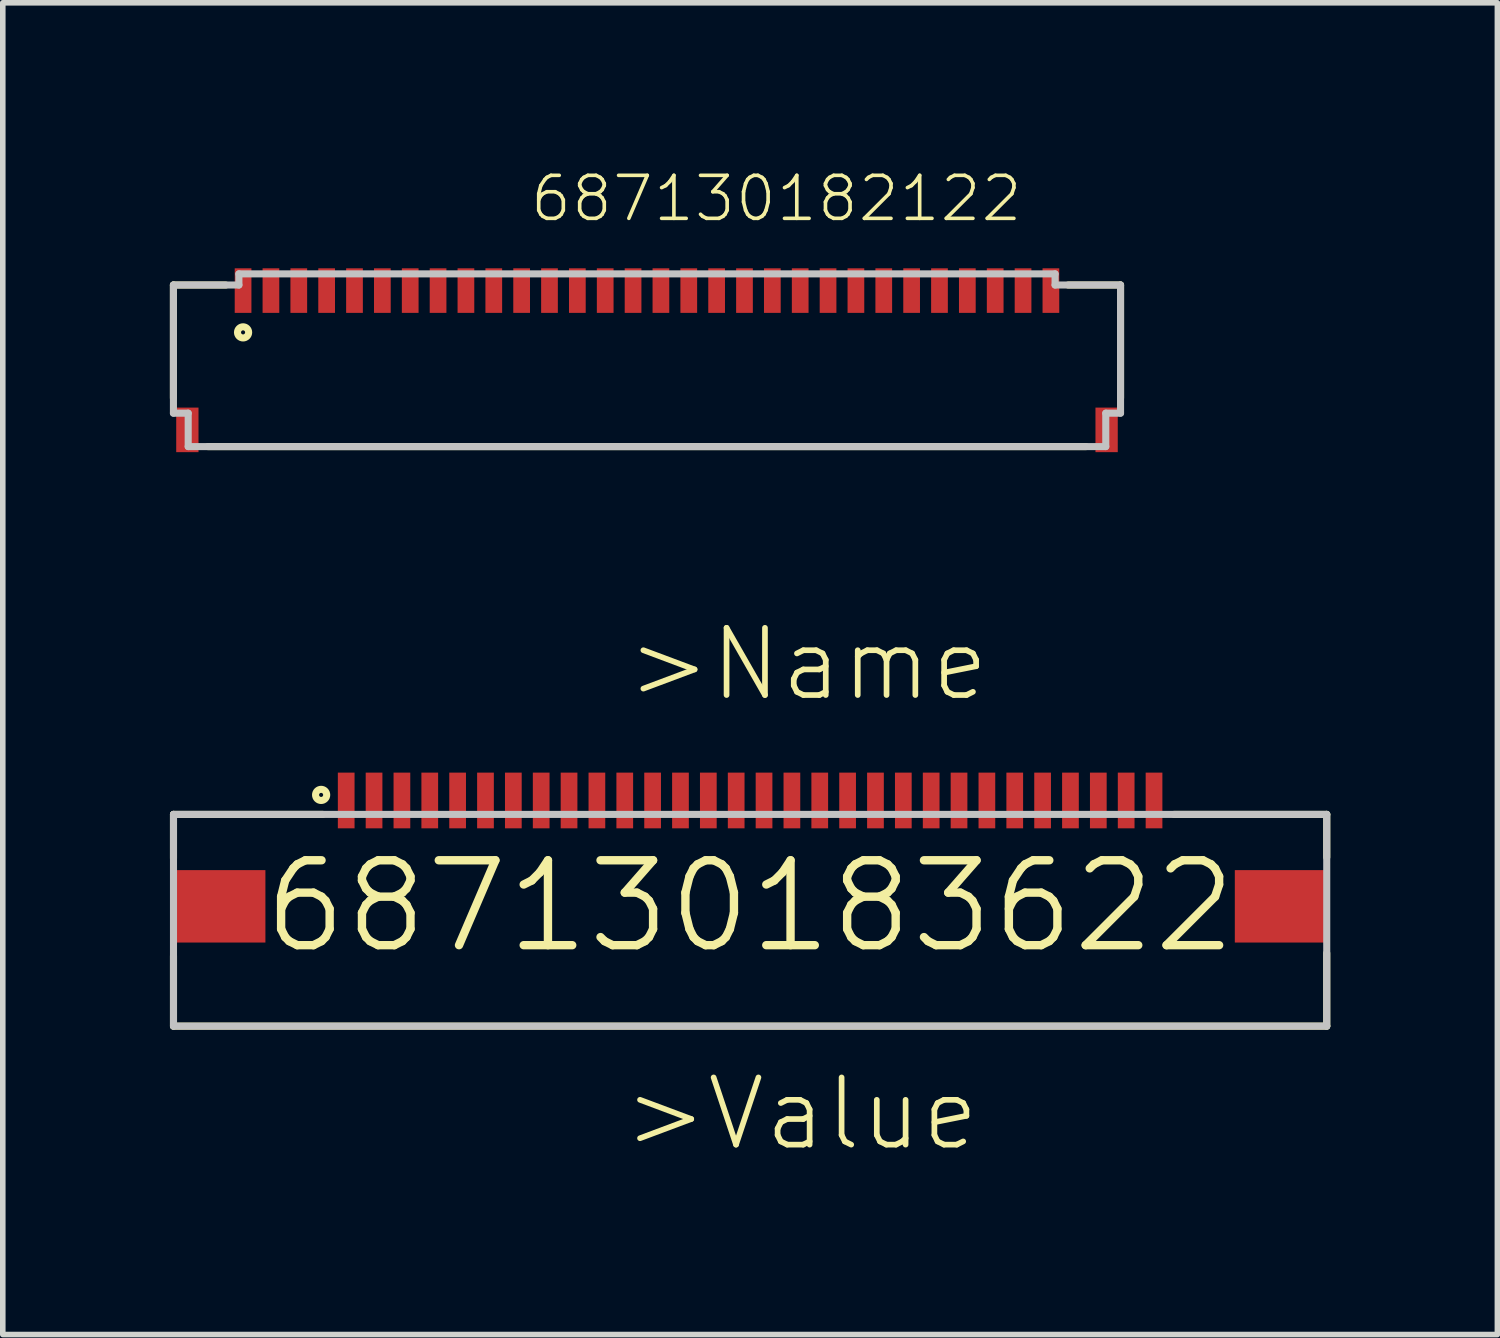
<source format=kicad_pcb>
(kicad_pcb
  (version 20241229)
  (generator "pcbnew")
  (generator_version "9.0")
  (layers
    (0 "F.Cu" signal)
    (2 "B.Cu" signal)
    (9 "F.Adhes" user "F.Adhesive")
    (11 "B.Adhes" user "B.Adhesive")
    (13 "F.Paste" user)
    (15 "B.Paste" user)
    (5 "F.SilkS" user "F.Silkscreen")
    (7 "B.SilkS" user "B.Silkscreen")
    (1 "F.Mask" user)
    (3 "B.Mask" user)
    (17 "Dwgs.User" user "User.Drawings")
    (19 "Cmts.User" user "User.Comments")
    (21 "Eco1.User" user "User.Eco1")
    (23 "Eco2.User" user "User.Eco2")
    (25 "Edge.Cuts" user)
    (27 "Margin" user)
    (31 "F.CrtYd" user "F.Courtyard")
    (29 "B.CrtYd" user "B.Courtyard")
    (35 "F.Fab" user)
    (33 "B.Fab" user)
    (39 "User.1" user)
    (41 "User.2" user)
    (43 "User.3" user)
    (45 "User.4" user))
  (footprint "687130183622"
    (layer "F.Cu")
    (at 10.414 13.218)
    (property "Reference" "687130183622" (at 0 0 0) (layer "F.SilkS") (effects (font (size 1.524 1.524) (thickness 0.15))))
    (attr through_hole)
    (fp_line (start -10.35 -1.65) (end -10.35 -0.86) (stroke (width 0.127) (type solid)) (layer "F.SilkS"))
    (fp_line (start -10.35 0.89) (end -10.35 2.15) (stroke (width 0.127) (type solid)) (layer "F.SilkS"))
    (fp_line (start -10.35 2.15) (end 10.35 2.15) (stroke (width 0.127) (type solid)) (layer "F.SilkS"))
    (fp_line (start -7.67 -1.65) (end -10.35 -1.65) (stroke (width 0.127) (type solid)) (layer "F.SilkS"))
    (fp_line (start 7.61 -1.65) (end 10.35 -1.65) (stroke (width 0.127) (type solid)) (layer "F.SilkS"))
    (fp_line (start 10.35 -1.65) (end 10.35 -0.88) (stroke (width 0.127) (type solid)) (layer "F.SilkS"))
    (fp_line (start 10.35 2.15) (end 10.35 0.84) (stroke (width 0.127) (type solid)) (layer "F.SilkS"))
    (fp_circle (center -7.7 -2) (end -7.6 -2) (stroke (width 0.127) (type solid)) (fill no) (layer "F.SilkS"))
    (fp_line (start -10.35 -1.65) (end 10.35 -1.65) (stroke (width 0.127) (type solid)) (layer "Dwgs.User"))
    (fp_line (start -10.35 2.15) (end -10.35 -1.65) (stroke (width 0.127) (type solid)) (layer "Dwgs.User"))
    (fp_line (start 10.35 -1.65) (end 10.35 2.15) (stroke (width 0.127) (type solid)) (layer "Dwgs.User"))
    (fp_line (start 10.35 2.15) (end -10.35 2.15) (stroke (width 0.127) (type solid)) (layer "Dwgs.User"))
    (fp_text user ">Name" (at -2.27 -3.64 0) (layer "F.SilkS") (effects (font (size 1.206 1.206) (thickness 0.102)) (justify left bottom)))
    (fp_text user ">Value" (at -2.33 4.43 0) (layer "F.SilkS") (effects (font (size 1.206 1.206) (thickness 0.102)) (justify left bottom)))
    (pad "1" smd rect (at -7.25 -1.9 90) (size 1 0.3) (layers "F.Cu" "F.Mask" "F.Paste"))
    (pad "2" smd rect (at -6.75 -1.9 90) (size 1 0.3) (layers "F.Cu" "F.Mask" "F.Paste"))
    (pad "3" smd rect (at -6.25 -1.9 90) (size 1 0.3) (layers "F.Cu" "F.Mask" "F.Paste"))
    (pad "4" smd rect (at -5.75 -1.9 90) (size 1 0.3) (layers "F.Cu" "F.Mask" "F.Paste"))
    (pad "5" smd rect (at -5.25 -1.9 90) (size 1 0.3) (layers "F.Cu" "F.Mask" "F.Paste"))
    (pad "6" smd rect (at -4.75 -1.9 90) (size 1 0.3) (layers "F.Cu" "F.Mask" "F.Paste"))
    (pad "7" smd rect (at -4.25 -1.9 90) (size 1 0.3) (layers "F.Cu" "F.Mask" "F.Paste"))
    (pad "8" smd rect (at -3.75 -1.9 90) (size 1 0.3) (layers "F.Cu" "F.Mask" "F.Paste"))
    (pad "9" smd rect (at -3.25 -1.9 90) (size 1 0.3) (layers "F.Cu" "F.Mask" "F.Paste"))
    (pad "10" smd rect (at -2.75 -1.9 90) (size 1 0.3) (layers "F.Cu" "F.Mask" "F.Paste"))
    (pad "11" smd rect (at -2.25 -1.9 90) (size 1 0.3) (layers "F.Cu" "F.Mask" "F.Paste"))
    (pad "12" smd rect (at -1.75 -1.9 90) (size 1 0.3) (layers "F.Cu" "F.Mask" "F.Paste"))
    (pad "13" smd rect (at -1.25 -1.9 90) (size 1 0.3) (layers "F.Cu" "F.Mask" "F.Paste"))
    (pad "14" smd rect (at -0.75 -1.9 90) (size 1 0.3) (layers "F.Cu" "F.Mask" "F.Paste"))
    (pad "15" smd rect (at -0.25 -1.9 90) (size 1 0.3) (layers "F.Cu" "F.Mask" "F.Paste"))
    (pad "16" smd rect (at 0.25 -1.9 90) (size 1 0.3) (layers "F.Cu" "F.Mask" "F.Paste"))
    (pad "17" smd rect (at 0.75 -1.9 90) (size 1 0.3) (layers "F.Cu" "F.Mask" "F.Paste"))
    (pad "18" smd rect (at 1.25 -1.9 90) (size 1 0.3) (layers "F.Cu" "F.Mask" "F.Paste"))
    (pad "19" smd rect (at 1.75 -1.9 90) (size 1 0.3) (layers "F.Cu" "F.Mask" "F.Paste"))
    (pad "20" smd rect (at 2.25 -1.9 90) (size 1 0.3) (layers "F.Cu" "F.Mask" "F.Paste"))
    (pad "21" smd rect (at 2.75 -1.9 90) (size 1 0.3) (layers "F.Cu" "F.Mask" "F.Paste"))
    (pad "22" smd rect (at 3.25 -1.9 90) (size 1 0.3) (layers "F.Cu" "F.Mask" "F.Paste"))
    (pad "23" smd rect (at 3.75 -1.9 90) (size 1 0.3) (layers "F.Cu" "F.Mask" "F.Paste"))
    (pad "24" smd rect (at 4.25 -1.9 90) (size 1 0.3) (layers "F.Cu" "F.Mask" "F.Paste"))
    (pad "25" smd rect (at 4.75 -1.9 90) (size 1 0.3) (layers "F.Cu" "F.Mask" "F.Paste"))
    (pad "26" smd rect (at 5.25 -1.9 90) (size 1 0.3) (layers "F.Cu" "F.Mask" "F.Paste"))
    (pad "27" smd rect (at 5.75 -1.9 90) (size 1 0.3) (layers "F.Cu" "F.Mask" "F.Paste"))
    (pad "28" smd rect (at 6.25 -1.9 90) (size 1 0.3) (layers "F.Cu" "F.Mask" "F.Paste"))
    (pad "29" smd rect (at 6.75 -1.9 90) (size 1 0.3) (layers "F.Cu" "F.Mask" "F.Paste"))
    (pad "30" smd rect (at 7.25 -1.9 90) (size 1 0.3) (layers "F.Cu" "F.Mask" "F.Paste"))
    (pad "Z1" smd rect (at -9.525 0) (size 1.65 1.3) (layers "F.Cu" "F.Mask" "F.Paste"))
    (pad "Z2" smd rect (at 9.525 0) (size 1.65 1.3) (layers "F.Cu" "F.Mask" "F.Paste")))
  (footprint "687130182122"
    (layer "F.Cu")
    (at 8.563 3.416)
    (property "Reference" "687130182122" (at -2.133 -2.449 0) (layer "F.SilkS") (effects (font (size 0.772 0.772) (thickness 0.065)) (justify left bottom)))
    (attr through_hole)
    (fp_line (start -8.5 -1.35) (end -8.5 0.68) (stroke (width 0.127) (type solid)) (layer "F.SilkS"))
    (fp_line (start -7.88 1.55) (end 7.88 1.55) (stroke (width 0.127) (type solid)) (layer "F.SilkS"))
    (fp_line (start -7.56 -1.35) (end -8.5 -1.35) (stroke (width 0.127) (type solid)) (layer "F.SilkS"))
    (fp_line (start 8.5 -1.35) (end 7.56 -1.35) (stroke (width 0.127) (type solid)) (layer "F.SilkS"))
    (fp_line (start 8.5 -1.35) (end 8.5 0.68) (stroke (width 0.127) (type solid)) (layer "F.SilkS"))
    (fp_circle (center -7.25 -0.5) (end -7.15 -0.5) (stroke (width 0.127) (type solid)) (fill no) (layer "F.SilkS"))
    (fp_line (start -8.5 -1.35) (end -8.5 0.95) (stroke (width 0.127) (type solid)) (layer "Dwgs.User"))
    (fp_line (start -8.5 -1.35) (end -7.325 -1.35) (stroke (width 0.127) (type solid)) (layer "Dwgs.User"))
    (fp_line (start -8.5 0.95) (end -8.235 0.95) (stroke (width 0.127) (type solid)) (layer "Dwgs.User"))
    (fp_line (start -8.235 1.55) (end -8.235 0.95) (stroke (width 0.127) (type solid)) (layer "Dwgs.User"))
    (fp_line (start -8.235 1.55) (end 8.235 1.55) (stroke (width 0.127) (type solid)) (layer "Dwgs.User"))
    (fp_line (start -7.325 -1.55) (end -7.325 -1.35) (stroke (width 0.127) (type solid)) (layer "Dwgs.User"))
    (fp_line (start -7.325 -1.55) (end 7.325 -1.55) (stroke (width 0.127) (type solid)) (layer "Dwgs.User"))
    (fp_line (start 7.325 -1.55) (end 7.325 -1.35) (stroke (width 0.127) (type solid)) (layer "Dwgs.User"))
    (fp_line (start 7.325 -1.35) (end 8.5 -1.35) (stroke (width 0.127) (type solid)) (layer "Dwgs.User"))
    (fp_line (start 8.235 0.95) (end 8.5 0.95) (stroke (width 0.127) (type solid)) (layer "Dwgs.User"))
    (fp_line (start 8.235 1.55) (end 8.235 0.95) (stroke (width 0.127) (type solid)) (layer "Dwgs.User"))
    (fp_line (start 8.5 -1.35) (end 8.5 0.95) (stroke (width 0.127) (type solid)) (layer "Dwgs.User"))
    (pad "1" smd rect (at -7.25 -1.25 90) (size 0.8 0.3) (layers "F.Cu" "F.Mask" "F.Paste"))
    (pad "2" smd rect (at -6.75 -1.25 90) (size 0.8 0.3) (layers "F.Cu" "F.Mask" "F.Paste"))
    (pad "3" smd rect (at -6.25 -1.25 90) (size 0.8 0.3) (layers "F.Cu" "F.Mask" "F.Paste"))
    (pad "4" smd rect (at -5.75 -1.25 90) (size 0.8 0.3) (layers "F.Cu" "F.Mask" "F.Paste"))
    (pad "5" smd rect (at -5.25 -1.25 90) (size 0.8 0.3) (layers "F.Cu" "F.Mask" "F.Paste"))
    (pad "6" smd rect (at -4.75 -1.25 90) (size 0.8 0.3) (layers "F.Cu" "F.Mask" "F.Paste"))
    (pad "7" smd rect (at -4.25 -1.25 90) (size 0.8 0.3) (layers "F.Cu" "F.Mask" "F.Paste"))
    (pad "8" smd rect (at -3.75 -1.25 90) (size 0.8 0.3) (layers "F.Cu" "F.Mask" "F.Paste"))
    (pad "9" smd rect (at -3.25 -1.25 90) (size 0.8 0.3) (layers "F.Cu" "F.Mask" "F.Paste"))
    (pad "10" smd rect (at -2.75 -1.25 90) (size 0.8 0.3) (layers "F.Cu" "F.Mask" "F.Paste"))
    (pad "11" smd rect (at -2.25 -1.25 90) (size 0.8 0.3) (layers "F.Cu" "F.Mask" "F.Paste"))
    (pad "12" smd rect (at -1.75 -1.25 90) (size 0.8 0.3) (layers "F.Cu" "F.Mask" "F.Paste"))
    (pad "13" smd rect (at -1.25 -1.25 90) (size 0.8 0.3) (layers "F.Cu" "F.Mask" "F.Paste"))
    (pad "14" smd rect (at -0.75 -1.25 90) (size 0.8 0.3) (layers "F.Cu" "F.Mask" "F.Paste"))
    (pad "15" smd rect (at -0.25 -1.25 90) (size 0.8 0.3) (layers "F.Cu" "F.Mask" "F.Paste"))
    (pad "16" smd rect (at 0.25 -1.25 90) (size 0.8 0.3) (layers "F.Cu" "F.Mask" "F.Paste"))
    (pad "17" smd rect (at 0.75 -1.25 90) (size 0.8 0.3) (layers "F.Cu" "F.Mask" "F.Paste"))
    (pad "18" smd rect (at 1.25 -1.25 90) (size 0.8 0.3) (layers "F.Cu" "F.Mask" "F.Paste"))
    (pad "19" smd rect (at 1.75 -1.25 90) (size 0.8 0.3) (layers "F.Cu" "F.Mask" "F.Paste"))
    (pad "20" smd rect (at 2.25 -1.25 90) (size 0.8 0.3) (layers "F.Cu" "F.Mask" "F.Paste"))
    (pad "21" smd rect (at 2.75 -1.25 90) (size 0.8 0.3) (layers "F.Cu" "F.Mask" "F.Paste"))
    (pad "22" smd rect (at 3.25 -1.25 90) (size 0.8 0.3) (layers "F.Cu" "F.Mask" "F.Paste"))
    (pad "23" smd rect (at 3.75 -1.25 90) (size 0.8 0.3) (layers "F.Cu" "F.Mask" "F.Paste"))
    (pad "24" smd rect (at 4.25 -1.25 90) (size 0.8 0.3) (layers "F.Cu" "F.Mask" "F.Paste"))
    (pad "25" smd rect (at 4.75 -1.25 90) (size 0.8 0.3) (layers "F.Cu" "F.Mask" "F.Paste"))
    (pad "26" smd rect (at 5.25 -1.25 90) (size 0.8 0.3) (layers "F.Cu" "F.Mask" "F.Paste"))
    (pad "27" smd rect (at 5.75 -1.25 90) (size 0.8 0.3) (layers "F.Cu" "F.Mask" "F.Paste"))
    (pad "28" smd rect (at 6.25 -1.25 90) (size 0.8 0.3) (layers "F.Cu" "F.Mask" "F.Paste"))
    (pad "29" smd rect (at 6.75 -1.25 90) (size 0.8 0.3) (layers "F.Cu" "F.Mask" "F.Paste"))
    (pad "30" smd rect (at 7.25 -1.25 90) (size 0.8 0.3) (layers "F.Cu" "F.Mask" "F.Paste"))
    (pad "Z1" smd rect (at -8.25 1.25 90) (size 0.8 0.4) (layers "F.Cu" "F.Mask" "F.Paste"))
    (pad "Z2" smd rect (at 8.25 1.25 90) (size 0.8 0.4) (layers "F.Cu" "F.Mask" "F.Paste")))
  (gr_rect
    (start -3 -3)
    (end 23.827 20.904)
    (stroke (width 0.1) (type default))
    (fill no)
    (layer "Edge.Cuts")))
</source>
